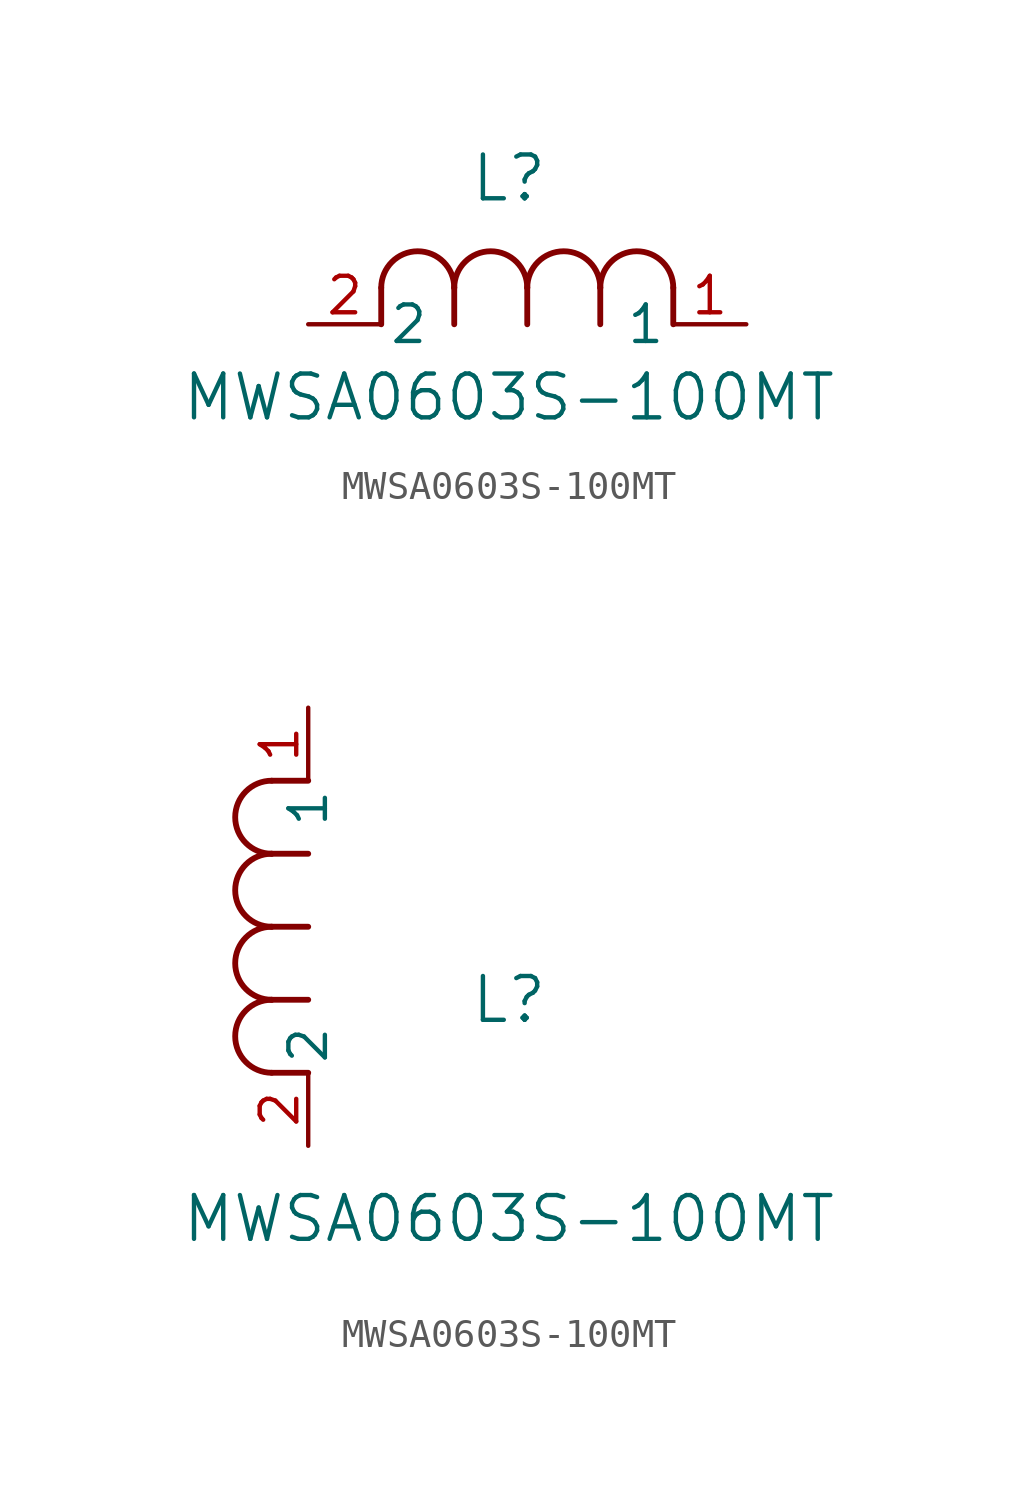
<source format=kicad_sym>
(kicad_symbol_lib
  (version 20211014)
  (generator kicad_symbol_editor)
  (symbol "MWSA0603S-100MT"
    (pin_names
      (offset 0.254))
    (property "Reference" "L"
      (at 6.985 5.08 0)
      (effects (font (size 1.524 1.524))))
    (property "Value" "MWSA0603S-100MT"
      (at 6.985 -2.54 0)
      (effects (font (size 1.524 1.524))))
    (symbol "MWSA0603S-100MT_1_1"
      (arc (start 7.62 1.27) (mid 6.35 2.54) (end 5.08 1.27) (stroke (width 0.2032) (type default) (color 0 0 0 0)) (fill (type none)))
      (polyline (pts (xy 5.08 0) (xy 5.08 1.27)) (stroke (width 0.203) (type default) (color 0 0 0 0)) (fill (type none)))
      (polyline (pts (xy 7.62 0) (xy 7.62 1.27)) (stroke (width 0.203) (type default) (color 0 0 0 0)) (fill (type none)))
      (polyline (pts (xy 12.7 0) (xy 12.7 1.27)) (stroke (width 0.203) (type default) (color 0 0 0 0)) (fill (type none)))
      (arc (start 5.08 1.27) (mid 3.81 2.54) (end 2.54 1.27) (stroke (width 0.2032) (type default) (color 0 0 0 0)) (fill (type none)))
      (arc (start 10.16 1.27) (mid 8.89 2.54) (end 7.62 1.27) (stroke (width 0.2032) (type default) (color 0 0 0 0)) (fill (type none)))
      (arc (start 12.7 1.27) (mid 11.43 2.54) (end 10.16 1.27) (stroke (width 0.2032) (type default) (color 0 0 0 0)) (fill (type none)))
      (polyline (pts (xy 2.54 0) (xy 2.54 1.27)) (stroke (width 0.203) (type default) (color 0 0 0 0)) (fill (type none)))
      (polyline (pts (xy 10.16 0) (xy 10.16 1.27)) (stroke (width 0.203) (type default) (color 0 0 0 0)) (fill (type none)))
      (pin unspecified line (at 0 0 0) (length 2.54) (name "2" (effects (font (size 1.27 1.27)))) (number "2" (effects (font (size 1.27 1.27)))))
      (pin unspecified line (at 15.24 0 180) (length 2.54) (name "1" (effects (font (size 1.27 1.27)))) (number "1" (effects (font (size 1.27 1.27))))))
    (symbol "MWSA0603S-100MT_1_2"
      (arc (start -1.27 7.62) (mid -2.54 6.35) (end -1.27 5.08) (stroke (width 0.2032) (type default) (color 0 0 0 0)) (fill (type none)))
      (arc (start -1.27 5.08) (mid -2.54 3.81) (end -1.27 2.54) (stroke (width 0.2032) (type default) (color 0 0 0 0)) (fill (type none)))
      (arc (start -1.27 12.7) (mid -2.54 11.43) (end -1.27 10.16) (stroke (width 0.2032) (type default) (color 0 0 0 0)) (fill (type none)))
      (arc (start -1.27 10.16) (mid -2.54 8.89) (end -1.27 7.62) (stroke (width 0.2032) (type default) (color 0 0 0 0)) (fill (type none)))
      (polyline (pts (xy 0 7.62) (xy -1.27 7.62)) (stroke (width 0.203) (type default) (color 0 0 0 0)) (fill (type none)))
      (polyline (pts (xy 0 5.08) (xy -1.27 5.08)) (stroke (width 0.203) (type default) (color 0 0 0 0)) (fill (type none)))
      (polyline (pts (xy 0 12.7) (xy -1.27 12.7)) (stroke (width 0.203) (type default) (color 0 0 0 0)) (fill (type none)))
      (polyline (pts (xy 0 2.54) (xy -1.27 2.54)) (stroke (width 0.203) (type default) (color 0 0 0 0)) (fill (type none)))
      (polyline (pts (xy 0 10.16) (xy -1.27 10.16)) (stroke (width 0.203) (type default) (color 0 0 0 0)) (fill (type none)))
      (pin unspecified line (at 0 0 90) (length 2.54) (name "2" (effects (font (size 1.27 1.27)))) (number "2" (effects (font (size 1.27 1.27)))))
      (pin unspecified line (at 0 15.24 270) (length 2.54) (name "1" (effects (font (size 1.27 1.27)))) (number "1" (effects (font (size 1.27 1.27))))))))
</source>
